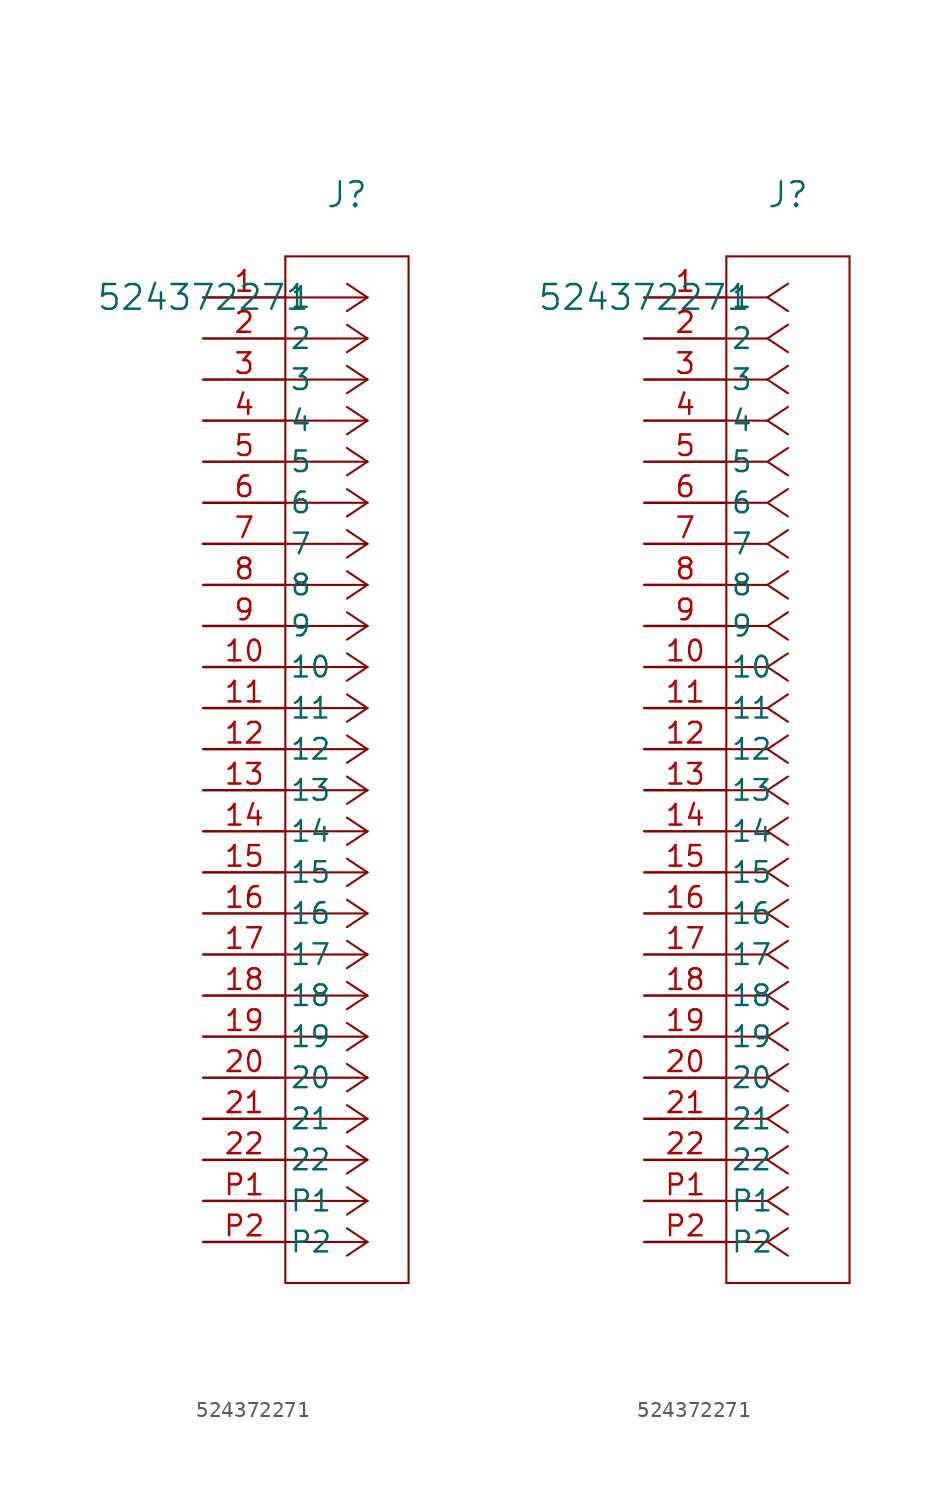
<source format=kicad_sym>
(kicad_symbol_lib
  (version 20211014)
  (generator kicad_symbol_editor)
  (symbol "524372271"
    (pin_names
      (offset 0.254))
    (property "Reference" "J"
      (at 8.89 6.35 0)
      (effects (font (size 1.524 1.524))))
    (property "Value" "524372271"
      (at 0 0 0)
      (effects (font (size 1.524 1.524))))
    (symbol "524372271_1_1"
      (polyline (pts (xy 10.16 0) (xy 5.08 0)) (stroke (width 0.127) (type default) (color 0 0 0 0)) (fill (type none)))
      (polyline (pts (xy 10.16 -2.54) (xy 5.08 -2.54)) (stroke (width 0.127) (type default) (color 0 0 0 0)) (fill (type none)))
      (polyline (pts (xy 10.16 -5.08) (xy 5.08 -5.08)) (stroke (width 0.127) (type default) (color 0 0 0 0)) (fill (type none)))
      (polyline (pts (xy 10.16 -7.62) (xy 5.08 -7.62)) (stroke (width 0.127) (type default) (color 0 0 0 0)) (fill (type none)))
      (polyline (pts (xy 10.16 -10.16) (xy 5.08 -10.16)) (stroke (width 0.127) (type default) (color 0 0 0 0)) (fill (type none)))
      (polyline (pts (xy 10.16 -12.7) (xy 5.08 -12.7)) (stroke (width 0.127) (type default) (color 0 0 0 0)) (fill (type none)))
      (polyline (pts (xy 10.16 -15.24) (xy 5.08 -15.24)) (stroke (width 0.127) (type default) (color 0 0 0 0)) (fill (type none)))
      (polyline (pts (xy 10.16 -17.78) (xy 5.08 -17.78)) (stroke (width 0.127) (type default) (color 0 0 0 0)) (fill (type none)))
      (polyline (pts (xy 10.16 -20.32) (xy 5.08 -20.32)) (stroke (width 0.127) (type default) (color 0 0 0 0)) (fill (type none)))
      (polyline (pts (xy 10.16 -22.86) (xy 5.08 -22.86)) (stroke (width 0.127) (type default) (color 0 0 0 0)) (fill (type none)))
      (polyline (pts (xy 10.16 -25.4) (xy 5.08 -25.4)) (stroke (width 0.127) (type default) (color 0 0 0 0)) (fill (type none)))
      (polyline (pts (xy 10.16 -27.94) (xy 5.08 -27.94)) (stroke (width 0.127) (type default) (color 0 0 0 0)) (fill (type none)))
      (polyline (pts (xy 10.16 -30.48) (xy 5.08 -30.48)) (stroke (width 0.127) (type default) (color 0 0 0 0)) (fill (type none)))
      (polyline (pts (xy 10.16 -33.02) (xy 5.08 -33.02)) (stroke (width 0.127) (type default) (color 0 0 0 0)) (fill (type none)))
      (polyline (pts (xy 10.16 -35.56) (xy 5.08 -35.56)) (stroke (width 0.127) (type default) (color 0 0 0 0)) (fill (type none)))
      (polyline (pts (xy 10.16 -38.1) (xy 5.08 -38.1)) (stroke (width 0.127) (type default) (color 0 0 0 0)) (fill (type none)))
      (polyline (pts (xy 10.16 -40.64) (xy 5.08 -40.64)) (stroke (width 0.127) (type default) (color 0 0 0 0)) (fill (type none)))
      (polyline (pts (xy 10.16 -43.18) (xy 5.08 -43.18)) (stroke (width 0.127) (type default) (color 0 0 0 0)) (fill (type none)))
      (polyline (pts (xy 10.16 -45.72) (xy 5.08 -45.72)) (stroke (width 0.127) (type default) (color 0 0 0 0)) (fill (type none)))
      (polyline (pts (xy 10.16 -48.26) (xy 5.08 -48.26)) (stroke (width 0.127) (type default) (color 0 0 0 0)) (fill (type none)))
      (polyline (pts (xy 10.16 -50.8) (xy 5.08 -50.8)) (stroke (width 0.127) (type default) (color 0 0 0 0)) (fill (type none)))
      (polyline (pts (xy 10.16 -53.34) (xy 5.08 -53.34)) (stroke (width 0.127) (type default) (color 0 0 0 0)) (fill (type none)))
      (polyline (pts (xy 10.16 -55.88) (xy 5.08 -55.88)) (stroke (width 0.127) (type default) (color 0 0 0 0)) (fill (type none)))
      (polyline (pts (xy 10.16 -58.42) (xy 5.08 -58.42)) (stroke (width 0.127) (type default) (color 0 0 0 0)) (fill (type none)))
      (polyline (pts (xy 10.16 0) (xy 8.89 0.847)) (stroke (width 0.127) (type default) (color 0 0 0 0)) (fill (type none)))
      (polyline (pts (xy 10.16 -2.54) (xy 8.89 -1.693)) (stroke (width 0.127) (type default) (color 0 0 0 0)) (fill (type none)))
      (polyline (pts (xy 10.16 -5.08) (xy 8.89 -4.233)) (stroke (width 0.127) (type default) (color 0 0 0 0)) (fill (type none)))
      (polyline (pts (xy 10.16 -7.62) (xy 8.89 -6.773)) (stroke (width 0.127) (type default) (color 0 0 0 0)) (fill (type none)))
      (polyline (pts (xy 10.16 -10.16) (xy 8.89 -9.313)) (stroke (width 0.127) (type default) (color 0 0 0 0)) (fill (type none)))
      (polyline (pts (xy 10.16 -12.7) (xy 8.89 -11.853)) (stroke (width 0.127) (type default) (color 0 0 0 0)) (fill (type none)))
      (polyline (pts (xy 10.16 -15.24) (xy 8.89 -14.393)) (stroke (width 0.127) (type default) (color 0 0 0 0)) (fill (type none)))
      (polyline (pts (xy 10.16 -17.78) (xy 8.89 -16.933)) (stroke (width 0.127) (type default) (color 0 0 0 0)) (fill (type none)))
      (polyline (pts (xy 10.16 -20.32) (xy 8.89 -19.473)) (stroke (width 0.127) (type default) (color 0 0 0 0)) (fill (type none)))
      (polyline (pts (xy 10.16 -22.86) (xy 8.89 -22.013)) (stroke (width 0.127) (type default) (color 0 0 0 0)) (fill (type none)))
      (polyline (pts (xy 10.16 -25.4) (xy 8.89 -24.553)) (stroke (width 0.127) (type default) (color 0 0 0 0)) (fill (type none)))
      (polyline (pts (xy 10.16 -27.94) (xy 8.89 -27.093)) (stroke (width 0.127) (type default) (color 0 0 0 0)) (fill (type none)))
      (polyline (pts (xy 10.16 -30.48) (xy 8.89 -29.633)) (stroke (width 0.127) (type default) (color 0 0 0 0)) (fill (type none)))
      (polyline (pts (xy 10.16 -33.02) (xy 8.89 -32.173)) (stroke (width 0.127) (type default) (color 0 0 0 0)) (fill (type none)))
      (polyline (pts (xy 10.16 -35.56) (xy 8.89 -34.713)) (stroke (width 0.127) (type default) (color 0 0 0 0)) (fill (type none)))
      (polyline (pts (xy 10.16 -38.1) (xy 8.89 -37.253)) (stroke (width 0.127) (type default) (color 0 0 0 0)) (fill (type none)))
      (polyline (pts (xy 10.16 -40.64) (xy 8.89 -39.793)) (stroke (width 0.127) (type default) (color 0 0 0 0)) (fill (type none)))
      (polyline (pts (xy 10.16 -43.18) (xy 8.89 -42.333)) (stroke (width 0.127) (type default) (color 0 0 0 0)) (fill (type none)))
      (polyline (pts (xy 10.16 -45.72) (xy 8.89 -44.873)) (stroke (width 0.127) (type default) (color 0 0 0 0)) (fill (type none)))
      (polyline (pts (xy 10.16 -48.26) (xy 8.89 -47.413)) (stroke (width 0.127) (type default) (color 0 0 0 0)) (fill (type none)))
      (polyline (pts (xy 10.16 -50.8) (xy 8.89 -49.953)) (stroke (width 0.127) (type default) (color 0 0 0 0)) (fill (type none)))
      (polyline (pts (xy 10.16 -53.34) (xy 8.89 -52.493)) (stroke (width 0.127) (type default) (color 0 0 0 0)) (fill (type none)))
      (polyline (pts (xy 10.16 -55.88) (xy 8.89 -55.033)) (stroke (width 0.127) (type default) (color 0 0 0 0)) (fill (type none)))
      (polyline (pts (xy 10.16 -58.42) (xy 8.89 -57.573)) (stroke (width 0.127) (type default) (color 0 0 0 0)) (fill (type none)))
      (polyline (pts (xy 10.16 0) (xy 8.89 -0.847)) (stroke (width 0.127) (type default) (color 0 0 0 0)) (fill (type none)))
      (polyline (pts (xy 10.16 -2.54) (xy 8.89 -3.387)) (stroke (width 0.127) (type default) (color 0 0 0 0)) (fill (type none)))
      (polyline (pts (xy 10.16 -5.08) (xy 8.89 -5.927)) (stroke (width 0.127) (type default) (color 0 0 0 0)) (fill (type none)))
      (polyline (pts (xy 10.16 -7.62) (xy 8.89 -8.467)) (stroke (width 0.127) (type default) (color 0 0 0 0)) (fill (type none)))
      (polyline (pts (xy 10.16 -10.16) (xy 8.89 -11.007)) (stroke (width 0.127) (type default) (color 0 0 0 0)) (fill (type none)))
      (polyline (pts (xy 10.16 -12.7) (xy 8.89 -13.547)) (stroke (width 0.127) (type default) (color 0 0 0 0)) (fill (type none)))
      (polyline (pts (xy 10.16 -15.24) (xy 8.89 -16.087)) (stroke (width 0.127) (type default) (color 0 0 0 0)) (fill (type none)))
      (polyline (pts (xy 10.16 -17.78) (xy 8.89 -18.627)) (stroke (width 0.127) (type default) (color 0 0 0 0)) (fill (type none)))
      (polyline (pts (xy 10.16 -20.32) (xy 8.89 -21.167)) (stroke (width 0.127) (type default) (color 0 0 0 0)) (fill (type none)))
      (polyline (pts (xy 10.16 -22.86) (xy 8.89 -23.707)) (stroke (width 0.127) (type default) (color 0 0 0 0)) (fill (type none)))
      (polyline (pts (xy 10.16 -25.4) (xy 8.89 -26.247)) (stroke (width 0.127) (type default) (color 0 0 0 0)) (fill (type none)))
      (polyline (pts (xy 10.16 -27.94) (xy 8.89 -28.787)) (stroke (width 0.127) (type default) (color 0 0 0 0)) (fill (type none)))
      (polyline (pts (xy 10.16 -30.48) (xy 8.89 -31.327)) (stroke (width 0.127) (type default) (color 0 0 0 0)) (fill (type none)))
      (polyline (pts (xy 10.16 -33.02) (xy 8.89 -33.867)) (stroke (width 0.127) (type default) (color 0 0 0 0)) (fill (type none)))
      (polyline (pts (xy 10.16 -35.56) (xy 8.89 -36.407)) (stroke (width 0.127) (type default) (color 0 0 0 0)) (fill (type none)))
      (polyline (pts (xy 10.16 -38.1) (xy 8.89 -38.947)) (stroke (width 0.127) (type default) (color 0 0 0 0)) (fill (type none)))
      (polyline (pts (xy 10.16 -40.64) (xy 8.89 -41.487)) (stroke (width 0.127) (type default) (color 0 0 0 0)) (fill (type none)))
      (polyline (pts (xy 10.16 -43.18) (xy 8.89 -44.027)) (stroke (width 0.127) (type default) (color 0 0 0 0)) (fill (type none)))
      (polyline (pts (xy 10.16 -45.72) (xy 8.89 -46.567)) (stroke (width 0.127) (type default) (color 0 0 0 0)) (fill (type none)))
      (polyline (pts (xy 10.16 -48.26) (xy 8.89 -49.107)) (stroke (width 0.127) (type default) (color 0 0 0 0)) (fill (type none)))
      (polyline (pts (xy 10.16 -50.8) (xy 8.89 -51.647)) (stroke (width 0.127) (type default) (color 0 0 0 0)) (fill (type none)))
      (polyline (pts (xy 10.16 -53.34) (xy 8.89 -54.187)) (stroke (width 0.127) (type default) (color 0 0 0 0)) (fill (type none)))
      (polyline (pts (xy 10.16 -55.88) (xy 8.89 -56.727)) (stroke (width 0.127) (type default) (color 0 0 0 0)) (fill (type none)))
      (polyline (pts (xy 10.16 -58.42) (xy 8.89 -59.267)) (stroke (width 0.127) (type default) (color 0 0 0 0)) (fill (type none)))
      (polyline (pts (xy 5.08 2.54) (xy 5.08 -60.96)) (stroke (width 0.127) (type default) (color 0 0 0 0)) (fill (type none)))
      (polyline (pts (xy 5.08 -60.96) (xy 12.7 -60.96)) (stroke (width 0.127) (type default) (color 0 0 0 0)) (fill (type none)))
      (polyline (pts (xy 12.7 -60.96) (xy 12.7 2.54)) (stroke (width 0.127) (type default) (color 0 0 0 0)) (fill (type none)))
      (polyline (pts (xy 12.7 2.54) (xy 5.08 2.54)) (stroke (width 0.127) (type default) (color 0 0 0 0)) (fill (type none)))
      (pin unspecified line (at 0 0 0) (length 5.08) (name "1" (effects (font (size 1.27 1.27)))) (number "1" (effects (font (size 1.27 1.27)))))
      (pin unspecified line (at 0 -2.54 0) (length 5.08) (name "2" (effects (font (size 1.27 1.27)))) (number "2" (effects (font (size 1.27 1.27)))))
      (pin unspecified line (at 0 -5.08 0) (length 5.08) (name "3" (effects (font (size 1.27 1.27)))) (number "3" (effects (font (size 1.27 1.27)))))
      (pin unspecified line (at 0 -7.62 0) (length 5.08) (name "4" (effects (font (size 1.27 1.27)))) (number "4" (effects (font (size 1.27 1.27)))))
      (pin unspecified line (at 0 -10.16 0) (length 5.08) (name "5" (effects (font (size 1.27 1.27)))) (number "5" (effects (font (size 1.27 1.27)))))
      (pin unspecified line (at 0 -12.7 0) (length 5.08) (name "6" (effects (font (size 1.27 1.27)))) (number "6" (effects (font (size 1.27 1.27)))))
      (pin unspecified line (at 0 -15.24 0) (length 5.08) (name "7" (effects (font (size 1.27 1.27)))) (number "7" (effects (font (size 1.27 1.27)))))
      (pin unspecified line (at 0 -17.78 0) (length 5.08) (name "8" (effects (font (size 1.27 1.27)))) (number "8" (effects (font (size 1.27 1.27)))))
      (pin unspecified line (at 0 -20.32 0) (length 5.08) (name "9" (effects (font (size 1.27 1.27)))) (number "9" (effects (font (size 1.27 1.27)))))
      (pin unspecified line (at 0 -22.86 0) (length 5.08) (name "10" (effects (font (size 1.27 1.27)))) (number "10" (effects (font (size 1.27 1.27)))))
      (pin unspecified line (at 0 -25.4 0) (length 5.08) (name "11" (effects (font (size 1.27 1.27)))) (number "11" (effects (font (size 1.27 1.27)))))
      (pin unspecified line (at 0 -27.94 0) (length 5.08) (name "12" (effects (font (size 1.27 1.27)))) (number "12" (effects (font (size 1.27 1.27)))))
      (pin unspecified line (at 0 -30.48 0) (length 5.08) (name "13" (effects (font (size 1.27 1.27)))) (number "13" (effects (font (size 1.27 1.27)))))
      (pin unspecified line (at 0 -33.02 0) (length 5.08) (name "14" (effects (font (size 1.27 1.27)))) (number "14" (effects (font (size 1.27 1.27)))))
      (pin unspecified line (at 0 -35.56 0) (length 5.08) (name "15" (effects (font (size 1.27 1.27)))) (number "15" (effects (font (size 1.27 1.27)))))
      (pin unspecified line (at 0 -38.1 0) (length 5.08) (name "16" (effects (font (size 1.27 1.27)))) (number "16" (effects (font (size 1.27 1.27)))))
      (pin unspecified line (at 0 -40.64 0) (length 5.08) (name "17" (effects (font (size 1.27 1.27)))) (number "17" (effects (font (size 1.27 1.27)))))
      (pin unspecified line (at 0 -43.18 0) (length 5.08) (name "18" (effects (font (size 1.27 1.27)))) (number "18" (effects (font (size 1.27 1.27)))))
      (pin unspecified line (at 0 -45.72 0) (length 5.08) (name "19" (effects (font (size 1.27 1.27)))) (number "19" (effects (font (size 1.27 1.27)))))
      (pin unspecified line (at 0 -48.26 0) (length 5.08) (name "20" (effects (font (size 1.27 1.27)))) (number "20" (effects (font (size 1.27 1.27)))))
      (pin unspecified line (at 0 -50.8 0) (length 5.08) (name "21" (effects (font (size 1.27 1.27)))) (number "21" (effects (font (size 1.27 1.27)))))
      (pin unspecified line (at 0 -53.34 0) (length 5.08) (name "22" (effects (font (size 1.27 1.27)))) (number "22" (effects (font (size 1.27 1.27)))))
      (pin unspecified line (at 0 -55.88 0) (length 5.08) (name "P1" (effects (font (size 1.27 1.27)))) (number "P1" (effects (font (size 1.27 1.27)))))
      (pin unspecified line (at 0 -58.42 0) (length 5.08) (name "P2" (effects (font (size 1.27 1.27)))) (number "P2" (effects (font (size 1.27 1.27))))))
    (symbol "524372271_1_2"
      (polyline (pts (xy 7.62 0) (xy 5.08 0)) (stroke (width 0.127) (type default) (color 0 0 0 0)) (fill (type none)))
      (polyline (pts (xy 7.62 -2.54) (xy 5.08 -2.54)) (stroke (width 0.127) (type default) (color 0 0 0 0)) (fill (type none)))
      (polyline (pts (xy 7.62 -5.08) (xy 5.08 -5.08)) (stroke (width 0.127) (type default) (color 0 0 0 0)) (fill (type none)))
      (polyline (pts (xy 7.62 -7.62) (xy 5.08 -7.62)) (stroke (width 0.127) (type default) (color 0 0 0 0)) (fill (type none)))
      (polyline (pts (xy 7.62 -10.16) (xy 5.08 -10.16)) (stroke (width 0.127) (type default) (color 0 0 0 0)) (fill (type none)))
      (polyline (pts (xy 7.62 -12.7) (xy 5.08 -12.7)) (stroke (width 0.127) (type default) (color 0 0 0 0)) (fill (type none)))
      (polyline (pts (xy 7.62 -15.24) (xy 5.08 -15.24)) (stroke (width 0.127) (type default) (color 0 0 0 0)) (fill (type none)))
      (polyline (pts (xy 7.62 -17.78) (xy 5.08 -17.78)) (stroke (width 0.127) (type default) (color 0 0 0 0)) (fill (type none)))
      (polyline (pts (xy 7.62 -20.32) (xy 5.08 -20.32)) (stroke (width 0.127) (type default) (color 0 0 0 0)) (fill (type none)))
      (polyline (pts (xy 7.62 -22.86) (xy 5.08 -22.86)) (stroke (width 0.127) (type default) (color 0 0 0 0)) (fill (type none)))
      (polyline (pts (xy 7.62 -25.4) (xy 5.08 -25.4)) (stroke (width 0.127) (type default) (color 0 0 0 0)) (fill (type none)))
      (polyline (pts (xy 7.62 -27.94) (xy 5.08 -27.94)) (stroke (width 0.127) (type default) (color 0 0 0 0)) (fill (type none)))
      (polyline (pts (xy 7.62 -30.48) (xy 5.08 -30.48)) (stroke (width 0.127) (type default) (color 0 0 0 0)) (fill (type none)))
      (polyline (pts (xy 7.62 -33.02) (xy 5.08 -33.02)) (stroke (width 0.127) (type default) (color 0 0 0 0)) (fill (type none)))
      (polyline (pts (xy 7.62 -35.56) (xy 5.08 -35.56)) (stroke (width 0.127) (type default) (color 0 0 0 0)) (fill (type none)))
      (polyline (pts (xy 7.62 -38.1) (xy 5.08 -38.1)) (stroke (width 0.127) (type default) (color 0 0 0 0)) (fill (type none)))
      (polyline (pts (xy 7.62 -40.64) (xy 5.08 -40.64)) (stroke (width 0.127) (type default) (color 0 0 0 0)) (fill (type none)))
      (polyline (pts (xy 7.62 -43.18) (xy 5.08 -43.18)) (stroke (width 0.127) (type default) (color 0 0 0 0)) (fill (type none)))
      (polyline (pts (xy 7.62 -45.72) (xy 5.08 -45.72)) (stroke (width 0.127) (type default) (color 0 0 0 0)) (fill (type none)))
      (polyline (pts (xy 7.62 -48.26) (xy 5.08 -48.26)) (stroke (width 0.127) (type default) (color 0 0 0 0)) (fill (type none)))
      (polyline (pts (xy 7.62 -50.8) (xy 5.08 -50.8)) (stroke (width 0.127) (type default) (color 0 0 0 0)) (fill (type none)))
      (polyline (pts (xy 7.62 -53.34) (xy 5.08 -53.34)) (stroke (width 0.127) (type default) (color 0 0 0 0)) (fill (type none)))
      (polyline (pts (xy 7.62 -55.88) (xy 5.08 -55.88)) (stroke (width 0.127) (type default) (color 0 0 0 0)) (fill (type none)))
      (polyline (pts (xy 7.62 -58.42) (xy 5.08 -58.42)) (stroke (width 0.127) (type default) (color 0 0 0 0)) (fill (type none)))
      (polyline (pts (xy 7.62 0) (xy 8.89 0.847)) (stroke (width 0.127) (type default) (color 0 0 0 0)) (fill (type none)))
      (polyline (pts (xy 7.62 -2.54) (xy 8.89 -1.693)) (stroke (width 0.127) (type default) (color 0 0 0 0)) (fill (type none)))
      (polyline (pts (xy 7.62 -5.08) (xy 8.89 -4.233)) (stroke (width 0.127) (type default) (color 0 0 0 0)) (fill (type none)))
      (polyline (pts (xy 7.62 -7.62) (xy 8.89 -6.773)) (stroke (width 0.127) (type default) (color 0 0 0 0)) (fill (type none)))
      (polyline (pts (xy 7.62 -10.16) (xy 8.89 -9.313)) (stroke (width 0.127) (type default) (color 0 0 0 0)) (fill (type none)))
      (polyline (pts (xy 7.62 -12.7) (xy 8.89 -11.853)) (stroke (width 0.127) (type default) (color 0 0 0 0)) (fill (type none)))
      (polyline (pts (xy 7.62 -15.24) (xy 8.89 -14.393)) (stroke (width 0.127) (type default) (color 0 0 0 0)) (fill (type none)))
      (polyline (pts (xy 7.62 -17.78) (xy 8.89 -16.933)) (stroke (width 0.127) (type default) (color 0 0 0 0)) (fill (type none)))
      (polyline (pts (xy 7.62 -20.32) (xy 8.89 -19.473)) (stroke (width 0.127) (type default) (color 0 0 0 0)) (fill (type none)))
      (polyline (pts (xy 7.62 -22.86) (xy 8.89 -22.013)) (stroke (width 0.127) (type default) (color 0 0 0 0)) (fill (type none)))
      (polyline (pts (xy 7.62 -25.4) (xy 8.89 -24.553)) (stroke (width 0.127) (type default) (color 0 0 0 0)) (fill (type none)))
      (polyline (pts (xy 7.62 -27.94) (xy 8.89 -27.093)) (stroke (width 0.127) (type default) (color 0 0 0 0)) (fill (type none)))
      (polyline (pts (xy 7.62 -30.48) (xy 8.89 -29.633)) (stroke (width 0.127) (type default) (color 0 0 0 0)) (fill (type none)))
      (polyline (pts (xy 7.62 -33.02) (xy 8.89 -32.173)) (stroke (width 0.127) (type default) (color 0 0 0 0)) (fill (type none)))
      (polyline (pts (xy 7.62 -35.56) (xy 8.89 -34.713)) (stroke (width 0.127) (type default) (color 0 0 0 0)) (fill (type none)))
      (polyline (pts (xy 7.62 -38.1) (xy 8.89 -37.253)) (stroke (width 0.127) (type default) (color 0 0 0 0)) (fill (type none)))
      (polyline (pts (xy 7.62 -40.64) (xy 8.89 -39.793)) (stroke (width 0.127) (type default) (color 0 0 0 0)) (fill (type none)))
      (polyline (pts (xy 7.62 -43.18) (xy 8.89 -42.333)) (stroke (width 0.127) (type default) (color 0 0 0 0)) (fill (type none)))
      (polyline (pts (xy 7.62 -45.72) (xy 8.89 -44.873)) (stroke (width 0.127) (type default) (color 0 0 0 0)) (fill (type none)))
      (polyline (pts (xy 7.62 -48.26) (xy 8.89 -47.413)) (stroke (width 0.127) (type default) (color 0 0 0 0)) (fill (type none)))
      (polyline (pts (xy 7.62 -50.8) (xy 8.89 -49.953)) (stroke (width 0.127) (type default) (color 0 0 0 0)) (fill (type none)))
      (polyline (pts (xy 7.62 -53.34) (xy 8.89 -52.493)) (stroke (width 0.127) (type default) (color 0 0 0 0)) (fill (type none)))
      (polyline (pts (xy 7.62 -55.88) (xy 8.89 -55.033)) (stroke (width 0.127) (type default) (color 0 0 0 0)) (fill (type none)))
      (polyline (pts (xy 7.62 -58.42) (xy 8.89 -57.573)) (stroke (width 0.127) (type default) (color 0 0 0 0)) (fill (type none)))
      (polyline (pts (xy 7.62 0) (xy 8.89 -0.847)) (stroke (width 0.127) (type default) (color 0 0 0 0)) (fill (type none)))
      (polyline (pts (xy 7.62 -2.54) (xy 8.89 -3.387)) (stroke (width 0.127) (type default) (color 0 0 0 0)) (fill (type none)))
      (polyline (pts (xy 7.62 -5.08) (xy 8.89 -5.927)) (stroke (width 0.127) (type default) (color 0 0 0 0)) (fill (type none)))
      (polyline (pts (xy 7.62 -7.62) (xy 8.89 -8.467)) (stroke (width 0.127) (type default) (color 0 0 0 0)) (fill (type none)))
      (polyline (pts (xy 7.62 -10.16) (xy 8.89 -11.007)) (stroke (width 0.127) (type default) (color 0 0 0 0)) (fill (type none)))
      (polyline (pts (xy 7.62 -12.7) (xy 8.89 -13.547)) (stroke (width 0.127) (type default) (color 0 0 0 0)) (fill (type none)))
      (polyline (pts (xy 7.62 -15.24) (xy 8.89 -16.087)) (stroke (width 0.127) (type default) (color 0 0 0 0)) (fill (type none)))
      (polyline (pts (xy 7.62 -17.78) (xy 8.89 -18.627)) (stroke (width 0.127) (type default) (color 0 0 0 0)) (fill (type none)))
      (polyline (pts (xy 7.62 -20.32) (xy 8.89 -21.167)) (stroke (width 0.127) (type default) (color 0 0 0 0)) (fill (type none)))
      (polyline (pts (xy 7.62 -22.86) (xy 8.89 -23.707)) (stroke (width 0.127) (type default) (color 0 0 0 0)) (fill (type none)))
      (polyline (pts (xy 7.62 -25.4) (xy 8.89 -26.247)) (stroke (width 0.127) (type default) (color 0 0 0 0)) (fill (type none)))
      (polyline (pts (xy 7.62 -27.94) (xy 8.89 -28.787)) (stroke (width 0.127) (type default) (color 0 0 0 0)) (fill (type none)))
      (polyline (pts (xy 7.62 -30.48) (xy 8.89 -31.327)) (stroke (width 0.127) (type default) (color 0 0 0 0)) (fill (type none)))
      (polyline (pts (xy 7.62 -33.02) (xy 8.89 -33.867)) (stroke (width 0.127) (type default) (color 0 0 0 0)) (fill (type none)))
      (polyline (pts (xy 7.62 -35.56) (xy 8.89 -36.407)) (stroke (width 0.127) (type default) (color 0 0 0 0)) (fill (type none)))
      (polyline (pts (xy 7.62 -38.1) (xy 8.89 -38.947)) (stroke (width 0.127) (type default) (color 0 0 0 0)) (fill (type none)))
      (polyline (pts (xy 7.62 -40.64) (xy 8.89 -41.487)) (stroke (width 0.127) (type default) (color 0 0 0 0)) (fill (type none)))
      (polyline (pts (xy 7.62 -43.18) (xy 8.89 -44.027)) (stroke (width 0.127) (type default) (color 0 0 0 0)) (fill (type none)))
      (polyline (pts (xy 7.62 -45.72) (xy 8.89 -46.567)) (stroke (width 0.127) (type default) (color 0 0 0 0)) (fill (type none)))
      (polyline (pts (xy 7.62 -48.26) (xy 8.89 -49.107)) (stroke (width 0.127) (type default) (color 0 0 0 0)) (fill (type none)))
      (polyline (pts (xy 7.62 -50.8) (xy 8.89 -51.647)) (stroke (width 0.127) (type default) (color 0 0 0 0)) (fill (type none)))
      (polyline (pts (xy 7.62 -53.34) (xy 8.89 -54.187)) (stroke (width 0.127) (type default) (color 0 0 0 0)) (fill (type none)))
      (polyline (pts (xy 7.62 -55.88) (xy 8.89 -56.727)) (stroke (width 0.127) (type default) (color 0 0 0 0)) (fill (type none)))
      (polyline (pts (xy 7.62 -58.42) (xy 8.89 -59.267)) (stroke (width 0.127) (type default) (color 0 0 0 0)) (fill (type none)))
      (polyline (pts (xy 5.08 2.54) (xy 5.08 -60.96)) (stroke (width 0.127) (type default) (color 0 0 0 0)) (fill (type none)))
      (polyline (pts (xy 5.08 -60.96) (xy 12.7 -60.96)) (stroke (width 0.127) (type default) (color 0 0 0 0)) (fill (type none)))
      (polyline (pts (xy 12.7 -60.96) (xy 12.7 2.54)) (stroke (width 0.127) (type default) (color 0 0 0 0)) (fill (type none)))
      (polyline (pts (xy 12.7 2.54) (xy 5.08 2.54)) (stroke (width 0.127) (type default) (color 0 0 0 0)) (fill (type none)))
      (pin unspecified line (at 0 0 0) (length 5.08) (name "1" (effects (font (size 1.27 1.27)))) (number "1" (effects (font (size 1.27 1.27)))))
      (pin unspecified line (at 0 -2.54 0) (length 5.08) (name "2" (effects (font (size 1.27 1.27)))) (number "2" (effects (font (size 1.27 1.27)))))
      (pin unspecified line (at 0 -5.08 0) (length 5.08) (name "3" (effects (font (size 1.27 1.27)))) (number "3" (effects (font (size 1.27 1.27)))))
      (pin unspecified line (at 0 -7.62 0) (length 5.08) (name "4" (effects (font (size 1.27 1.27)))) (number "4" (effects (font (size 1.27 1.27)))))
      (pin unspecified line (at 0 -10.16 0) (length 5.08) (name "5" (effects (font (size 1.27 1.27)))) (number "5" (effects (font (size 1.27 1.27)))))
      (pin unspecified line (at 0 -12.7 0) (length 5.08) (name "6" (effects (font (size 1.27 1.27)))) (number "6" (effects (font (size 1.27 1.27)))))
      (pin unspecified line (at 0 -15.24 0) (length 5.08) (name "7" (effects (font (size 1.27 1.27)))) (number "7" (effects (font (size 1.27 1.27)))))
      (pin unspecified line (at 0 -17.78 0) (length 5.08) (name "8" (effects (font (size 1.27 1.27)))) (number "8" (effects (font (size 1.27 1.27)))))
      (pin unspecified line (at 0 -20.32 0) (length 5.08) (name "9" (effects (font (size 1.27 1.27)))) (number "9" (effects (font (size 1.27 1.27)))))
      (pin unspecified line (at 0 -22.86 0) (length 5.08) (name "10" (effects (font (size 1.27 1.27)))) (number "10" (effects (font (size 1.27 1.27)))))
      (pin unspecified line (at 0 -25.4 0) (length 5.08) (name "11" (effects (font (size 1.27 1.27)))) (number "11" (effects (font (size 1.27 1.27)))))
      (pin unspecified line (at 0 -27.94 0) (length 5.08) (name "12" (effects (font (size 1.27 1.27)))) (number "12" (effects (font (size 1.27 1.27)))))
      (pin unspecified line (at 0 -30.48 0) (length 5.08) (name "13" (effects (font (size 1.27 1.27)))) (number "13" (effects (font (size 1.27 1.27)))))
      (pin unspecified line (at 0 -33.02 0) (length 5.08) (name "14" (effects (font (size 1.27 1.27)))) (number "14" (effects (font (size 1.27 1.27)))))
      (pin unspecified line (at 0 -35.56 0) (length 5.08) (name "15" (effects (font (size 1.27 1.27)))) (number "15" (effects (font (size 1.27 1.27)))))
      (pin unspecified line (at 0 -38.1 0) (length 5.08) (name "16" (effects (font (size 1.27 1.27)))) (number "16" (effects (font (size 1.27 1.27)))))
      (pin unspecified line (at 0 -40.64 0) (length 5.08) (name "17" (effects (font (size 1.27 1.27)))) (number "17" (effects (font (size 1.27 1.27)))))
      (pin unspecified line (at 0 -43.18 0) (length 5.08) (name "18" (effects (font (size 1.27 1.27)))) (number "18" (effects (font (size 1.27 1.27)))))
      (pin unspecified line (at 0 -45.72 0) (length 5.08) (name "19" (effects (font (size 1.27 1.27)))) (number "19" (effects (font (size 1.27 1.27)))))
      (pin unspecified line (at 0 -48.26 0) (length 5.08) (name "20" (effects (font (size 1.27 1.27)))) (number "20" (effects (font (size 1.27 1.27)))))
      (pin unspecified line (at 0 -50.8 0) (length 5.08) (name "21" (effects (font (size 1.27 1.27)))) (number "21" (effects (font (size 1.27 1.27)))))
      (pin unspecified line (at 0 -53.34 0) (length 5.08) (name "22" (effects (font (size 1.27 1.27)))) (number "22" (effects (font (size 1.27 1.27)))))
      (pin unspecified line (at 0 -55.88 0) (length 5.08) (name "P1" (effects (font (size 1.27 1.27)))) (number "P1" (effects (font (size 1.27 1.27)))))
      (pin unspecified line (at 0 -58.42 0) (length 5.08) (name "P2" (effects (font (size 1.27 1.27)))) (number "P2" (effects (font (size 1.27 1.27))))))))
</source>
